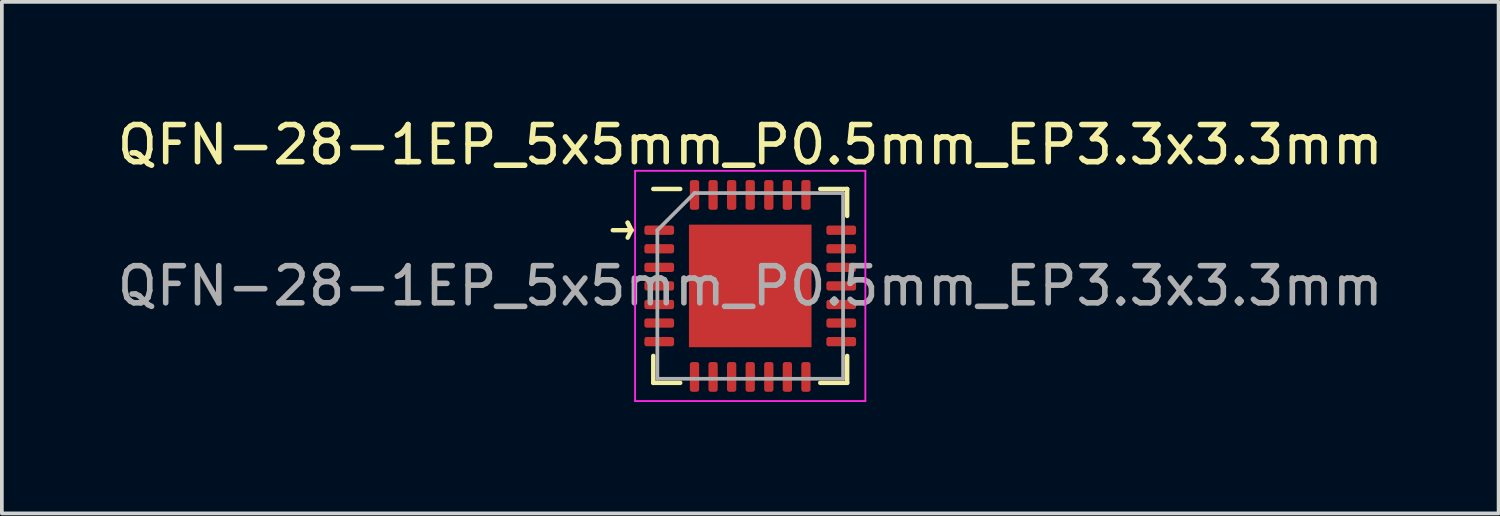
<source format=kicad_pcb>
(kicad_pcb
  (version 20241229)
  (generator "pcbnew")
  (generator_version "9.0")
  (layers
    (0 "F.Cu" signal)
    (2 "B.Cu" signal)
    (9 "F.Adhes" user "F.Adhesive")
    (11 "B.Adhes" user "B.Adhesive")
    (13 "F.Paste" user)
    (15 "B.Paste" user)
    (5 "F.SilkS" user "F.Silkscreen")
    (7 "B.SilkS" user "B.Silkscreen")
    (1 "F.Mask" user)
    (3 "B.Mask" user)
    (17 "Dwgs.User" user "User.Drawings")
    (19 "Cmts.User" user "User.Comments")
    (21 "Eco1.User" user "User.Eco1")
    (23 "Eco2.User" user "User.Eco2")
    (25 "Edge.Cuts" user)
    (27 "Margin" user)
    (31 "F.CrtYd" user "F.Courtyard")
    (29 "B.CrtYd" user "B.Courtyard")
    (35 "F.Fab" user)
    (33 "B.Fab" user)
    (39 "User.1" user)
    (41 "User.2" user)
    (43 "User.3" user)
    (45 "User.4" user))
  (footprint "QFN-28-1EP_5x5mm_P0.5mm_EP3.3x3.3mm"
    (layer "F.Cu")
    (at 17.149 4.648)
    (property "Reference" "QFN-28-1EP_5x5mm_P0.5mm_EP3.3x3.3mm" (at 0 -3.8 0) (layer "F.SilkS") (effects (font (size 1 1) (thickness 0.15))))
    (attr smd)
    (fp_line (start -3.7 -1.5) (end -3.2 -1.5) (stroke (width 0.12) (type solid)) (layer "F.SilkS"))
    (fp_line (start -3.3 -1.7) (end -3.2 -1.5) (stroke (width 0.12) (type solid)) (layer "F.SilkS"))
    (fp_line (start -3.2 -1.5) (end -3.3 -1.7) (stroke (width 0.12) (type solid)) (layer "F.SilkS"))
    (fp_line (start -3.2 -1.5) (end -3.3 -1.3) (stroke (width 0.12) (type solid)) (layer "F.SilkS"))
    (fp_line (start -2.61 2.61) (end -2.61 1.885) (stroke (width 0.12) (type solid)) (layer "F.SilkS"))
    (fp_line (start -1.885 -2.61) (end -2.61 -2.61) (stroke (width 0.12) (type solid)) (layer "F.SilkS"))
    (fp_line (start -1.885 2.61) (end -2.61 2.61) (stroke (width 0.12) (type solid)) (layer "F.SilkS"))
    (fp_line (start 1.885 -2.61) (end 2.61 -2.61) (stroke (width 0.12) (type solid)) (layer "F.SilkS"))
    (fp_line (start 1.885 2.61) (end 2.61 2.61) (stroke (width 0.12) (type solid)) (layer "F.SilkS"))
    (fp_line (start 2.61 -2.61) (end 2.61 -1.885) (stroke (width 0.12) (type solid)) (layer "F.SilkS"))
    (fp_line (start 2.61 2.61) (end 2.61 1.885) (stroke (width 0.12) (type solid)) (layer "F.SilkS"))
    (fp_line (start -3.1 -3.1) (end -3.1 3.1) (stroke (width 0.05) (type solid)) (layer "F.CrtYd"))
    (fp_line (start -3.1 3.1) (end 3.1 3.1) (stroke (width 0.05) (type solid)) (layer "F.CrtYd"))
    (fp_line (start 3.1 -3.1) (end -3.1 -3.1) (stroke (width 0.05) (type solid)) (layer "F.CrtYd"))
    (fp_line (start 3.1 3.1) (end 3.1 -3.1) (stroke (width 0.05) (type solid)) (layer "F.CrtYd"))
    (fp_line (start -2.5 -1.5) (end -1.5 -2.5) (stroke (width 0.1) (type solid)) (layer "F.Fab"))
    (fp_line (start -2.5 2.5) (end -2.5 -1.5) (stroke (width 0.1) (type solid)) (layer "F.Fab"))
    (fp_line (start -1.5 -2.5) (end 2.5 -2.5) (stroke (width 0.1) (type solid)) (layer "F.Fab"))
    (fp_line (start 2.5 -2.5) (end 2.5 2.5) (stroke (width 0.1) (type solid)) (layer "F.Fab"))
    (fp_line (start 2.5 2.5) (end -2.5 2.5) (stroke (width 0.1) (type solid)) (layer "F.Fab"))
    (fp_text user "${REFERENCE}" (at 0 0 0) (layer "F.Fab") (effects (font (size 1 1) (thickness 0.15))))
    (pad "" smd roundrect (at -1.12 -1.12) (size 0.9 0.9) (layers "F.Paste") (roundrect_rratio 0.25))
    (pad "" smd roundrect (at -1.12 0) (size 0.9 0.9) (layers "F.Paste") (roundrect_rratio 0.25))
    (pad "" smd roundrect (at -1.12 1.12) (size 0.9 0.9) (layers "F.Paste") (roundrect_rratio 0.25))
    (pad "" smd roundrect (at 0 -1.12) (size 0.9 0.9) (layers "F.Paste") (roundrect_rratio 0.25))
    (pad "" smd roundrect (at 0 0) (size 0.9 0.9) (layers "F.Paste") (roundrect_rratio 0.25))
    (pad "" smd roundrect (at 0 1.12) (size 0.9 0.9) (layers "F.Paste") (roundrect_rratio 0.25))
    (pad "" smd roundrect (at 1.12 -1.12) (size 0.9 0.9) (layers "F.Paste") (roundrect_rratio 0.25))
    (pad "" smd roundrect (at 1.12 0) (size 0.9 0.9) (layers "F.Paste") (roundrect_rratio 0.25))
    (pad "" smd roundrect (at 1.12 1.12) (size 0.9 0.9) (layers "F.Paste") (roundrect_rratio 0.25))
    (pad "1" smd roundrect (at -2.45 -1.5) (size 0.8 0.25) (layers "F.Cu" "F.Mask" "F.Paste") (roundrect_rratio 0.25))
    (pad "2" smd roundrect (at -2.45 -1) (size 0.8 0.25) (layers "F.Cu" "F.Mask" "F.Paste") (roundrect_rratio 0.25))
    (pad "3" smd roundrect (at -2.45 -0.5) (size 0.8 0.25) (layers "F.Cu" "F.Mask" "F.Paste") (roundrect_rratio 0.25))
    (pad "4" smd roundrect (at -2.45 0) (size 0.8 0.25) (layers "F.Cu" "F.Mask" "F.Paste") (roundrect_rratio 0.25))
    (pad "5" smd roundrect (at -2.45 0.5) (size 0.8 0.25) (layers "F.Cu" "F.Mask" "F.Paste") (roundrect_rratio 0.25))
    (pad "6" smd roundrect (at -2.45 1) (size 0.8 0.25) (layers "F.Cu" "F.Mask" "F.Paste") (roundrect_rratio 0.25))
    (pad "7" smd roundrect (at -2.45 1.5) (size 0.8 0.25) (layers "F.Cu" "F.Mask" "F.Paste") (roundrect_rratio 0.25))
    (pad "8" smd roundrect (at -1.5 2.45) (size 0.25 0.8) (layers "F.Cu" "F.Mask" "F.Paste") (roundrect_rratio 0.25))
    (pad "9" smd roundrect (at -1 2.45) (size 0.25 0.8) (layers "F.Cu" "F.Mask" "F.Paste") (roundrect_rratio 0.25))
    (pad "10" smd roundrect (at -0.5 2.45) (size 0.25 0.8) (layers "F.Cu" "F.Mask" "F.Paste") (roundrect_rratio 0.25))
    (pad "11" smd roundrect (at 0 2.45) (size 0.25 0.8) (layers "F.Cu" "F.Mask" "F.Paste") (roundrect_rratio 0.25))
    (pad "12" smd roundrect (at 0.5 2.45) (size 0.25 0.8) (layers "F.Cu" "F.Mask" "F.Paste") (roundrect_rratio 0.25))
    (pad "13" smd roundrect (at 1 2.45) (size 0.25 0.8) (layers "F.Cu" "F.Mask" "F.Paste") (roundrect_rratio 0.25))
    (pad "14" smd roundrect (at 1.5 2.45) (size 0.25 0.8) (layers "F.Cu" "F.Mask" "F.Paste") (roundrect_rratio 0.25))
    (pad "15" smd roundrect (at 2.45 1.5) (size 0.8 0.25) (layers "F.Cu" "F.Mask" "F.Paste") (roundrect_rratio 0.25))
    (pad "16" smd roundrect (at 2.45 1) (size 0.8 0.25) (layers "F.Cu" "F.Mask" "F.Paste") (roundrect_rratio 0.25))
    (pad "17" smd roundrect (at 2.45 0.5) (size 0.8 0.25) (layers "F.Cu" "F.Mask" "F.Paste") (roundrect_rratio 0.25))
    (pad "18" smd roundrect (at 2.45 0) (size 0.8 0.25) (layers "F.Cu" "F.Mask" "F.Paste") (roundrect_rratio 0.25))
    (pad "19" smd roundrect (at 2.45 -0.5) (size 0.8 0.25) (layers "F.Cu" "F.Mask" "F.Paste") (roundrect_rratio 0.25))
    (pad "20" smd roundrect (at 2.45 -1) (size 0.8 0.25) (layers "F.Cu" "F.Mask" "F.Paste") (roundrect_rratio 0.25))
    (pad "21" smd roundrect (at 2.45 -1.5) (size 0.8 0.25) (layers "F.Cu" "F.Mask" "F.Paste") (roundrect_rratio 0.25))
    (pad "22" smd roundrect (at 1.5 -2.45) (size 0.25 0.8) (layers "F.Cu" "F.Mask" "F.Paste") (roundrect_rratio 0.25))
    (pad "23" smd roundrect (at 1 -2.45) (size 0.25 0.8) (layers "F.Cu" "F.Mask" "F.Paste") (roundrect_rratio 0.25))
    (pad "24" smd roundrect (at 0.5 -2.45) (size 0.25 0.8) (layers "F.Cu" "F.Mask" "F.Paste") (roundrect_rratio 0.25))
    (pad "25" smd roundrect (at 0 -2.45) (size 0.25 0.8) (layers "F.Cu" "F.Mask" "F.Paste") (roundrect_rratio 0.25))
    (pad "26" smd roundrect (at -0.5 -2.45) (size 0.25 0.8) (layers "F.Cu" "F.Mask" "F.Paste") (roundrect_rratio 0.25))
    (pad "27" smd roundrect (at -1 -2.45) (size 0.25 0.8) (layers "F.Cu" "F.Mask" "F.Paste") (roundrect_rratio 0.25))
    (pad "28" smd roundrect (at -1.5 -2.45) (size 0.25 0.8) (layers "F.Cu" "F.Mask" "F.Paste") (roundrect_rratio 0.25))
    (pad "29" smd rect (at 0 0) (size 3.3 3.3) (layers "F.Cu" "F.Mask")))
  (gr_rect
    (start -3 -3)
    (end 37.298 10.773)
    (stroke (width 0.1) (type default))
    (fill no)
    (layer "Edge.Cuts")))
</source>
